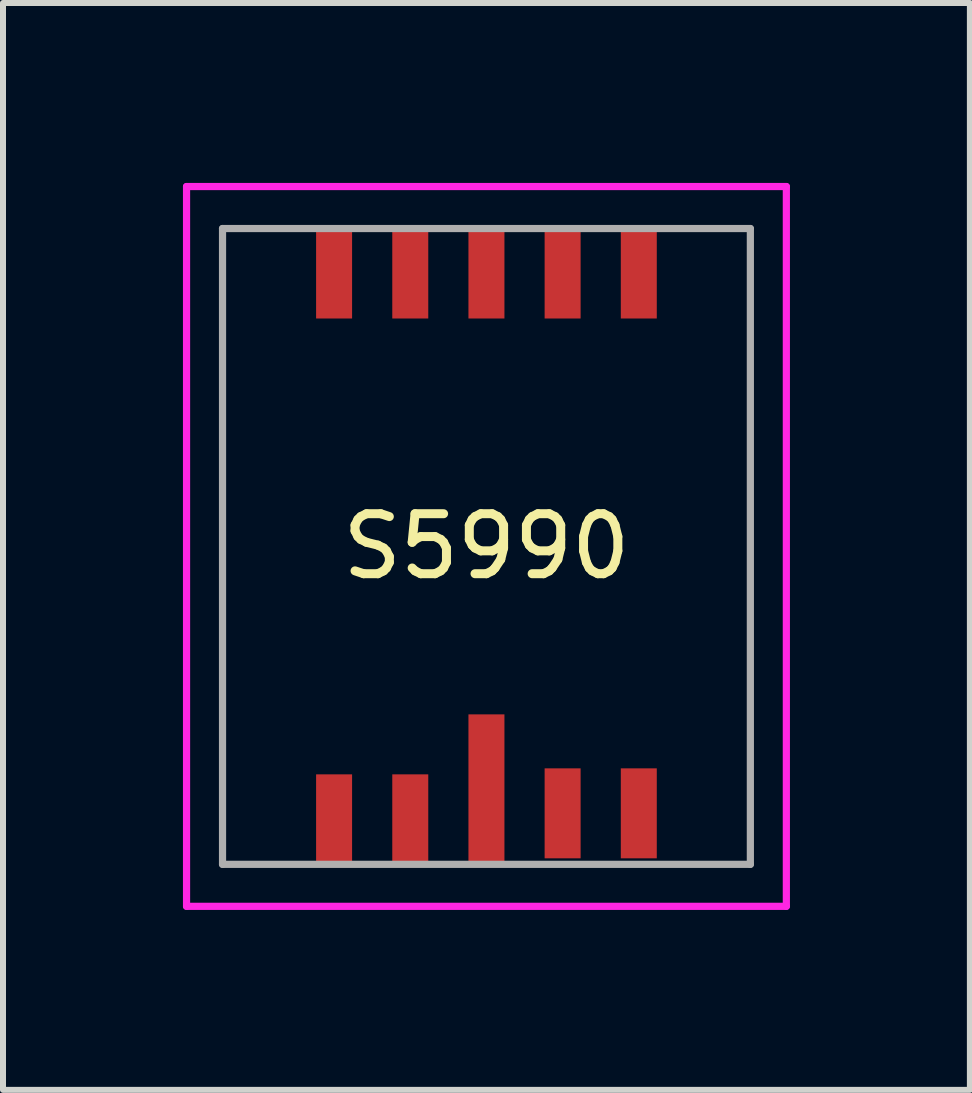
<source format=kicad_pcb>
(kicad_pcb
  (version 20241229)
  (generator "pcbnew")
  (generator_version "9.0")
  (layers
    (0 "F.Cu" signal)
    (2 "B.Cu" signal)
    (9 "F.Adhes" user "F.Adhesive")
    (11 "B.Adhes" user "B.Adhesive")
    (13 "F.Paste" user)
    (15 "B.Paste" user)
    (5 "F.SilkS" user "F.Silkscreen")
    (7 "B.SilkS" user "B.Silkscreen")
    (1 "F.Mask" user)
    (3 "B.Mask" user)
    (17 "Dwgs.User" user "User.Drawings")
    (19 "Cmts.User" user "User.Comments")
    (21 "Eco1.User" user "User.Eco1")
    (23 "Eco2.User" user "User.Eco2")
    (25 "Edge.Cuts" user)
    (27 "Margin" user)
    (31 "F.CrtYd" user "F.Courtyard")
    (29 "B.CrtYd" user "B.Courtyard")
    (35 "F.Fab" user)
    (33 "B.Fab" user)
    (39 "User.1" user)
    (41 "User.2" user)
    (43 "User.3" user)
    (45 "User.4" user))
  (footprint "S5990"
    (layer "F.Cu")
    (at 5.06 6.06)
    (property "Reference" "S5990" (at 0 0 0) (layer "F.SilkS") (effects (font (size 1 1) (thickness 0.15))))
    (attr through_hole)
    (fp_line (start -5 -6) (end 5 -6) (stroke (width 0.12) (type solid)) (layer "F.CrtYd"))
    (fp_line (start -5 6) (end -5 -6) (stroke (width 0.12) (type solid)) (layer "F.CrtYd"))
    (fp_line (start 5 -6) (end 5 6) (stroke (width 0.12) (type solid)) (layer "F.CrtYd"))
    (fp_line (start 5 6) (end -5 6) (stroke (width 0.12) (type solid)) (layer "F.CrtYd"))
    (fp_line (start -4.4 -5.3) (end -4.4 5.3) (stroke (width 0.12) (type solid)) (layer "F.Fab"))
    (fp_line (start -4.4 -5.3) (end 4.4 -5.3) (stroke (width 0.12) (type solid)) (layer "F.Fab"))
    (fp_line (start -4.4 5.3) (end 4.4 5.3) (stroke (width 0.12) (type solid)) (layer "F.Fab"))
    (fp_line (start 4.4 -5.3) (end 4.4 5.3) (stroke (width 0.12) (type solid)) (layer "F.Fab"))
    (pad "1" smd rect (at -2.54 4.55) (size 0.6 1.5) (layers "F.Cu" "F.Mask" "F.Paste"))
    (pad "2" smd rect (at -1.27 4.55) (size 0.6 1.5) (layers "F.Cu" "F.Mask" "F.Paste"))
    (pad "3" smd rect (at 0 4.05) (size 0.6 2.5) (layers "F.Cu" "F.Mask" "F.Paste"))
    (pad "4" smd rect (at 1.27 4.45) (size 0.6 1.5) (layers "F.Cu" "F.Mask" "F.Paste"))
    (pad "5" smd rect (at 2.54 4.45) (size 0.6 1.5) (layers "F.Cu" "F.Mask" "F.Paste"))
    (pad "6" smd rect (at 2.54 -4.55) (size 0.6 1.5) (layers "F.Cu" "F.Mask" "F.Paste"))
    (pad "7" smd rect (at 1.27 -4.55) (size 0.6 1.5) (layers "F.Cu" "F.Mask" "F.Paste"))
    (pad "8" smd rect (at 0 -4.55) (size 0.6 1.5) (layers "F.Cu" "F.Mask" "F.Paste"))
    (pad "9" smd rect (at -1.27 -4.55) (size 0.6 1.5) (layers "F.Cu" "F.Mask" "F.Paste"))
    (pad "10" smd rect (at -2.54 -4.55) (size 0.6 1.5) (layers "F.Cu" "F.Mask" "F.Paste")))
  (gr_rect
    (start -3 -3)
    (end 13.12 15.12)
    (stroke (width 0.1) (type default))
    (fill no)
    (layer "Edge.Cuts")))
</source>
